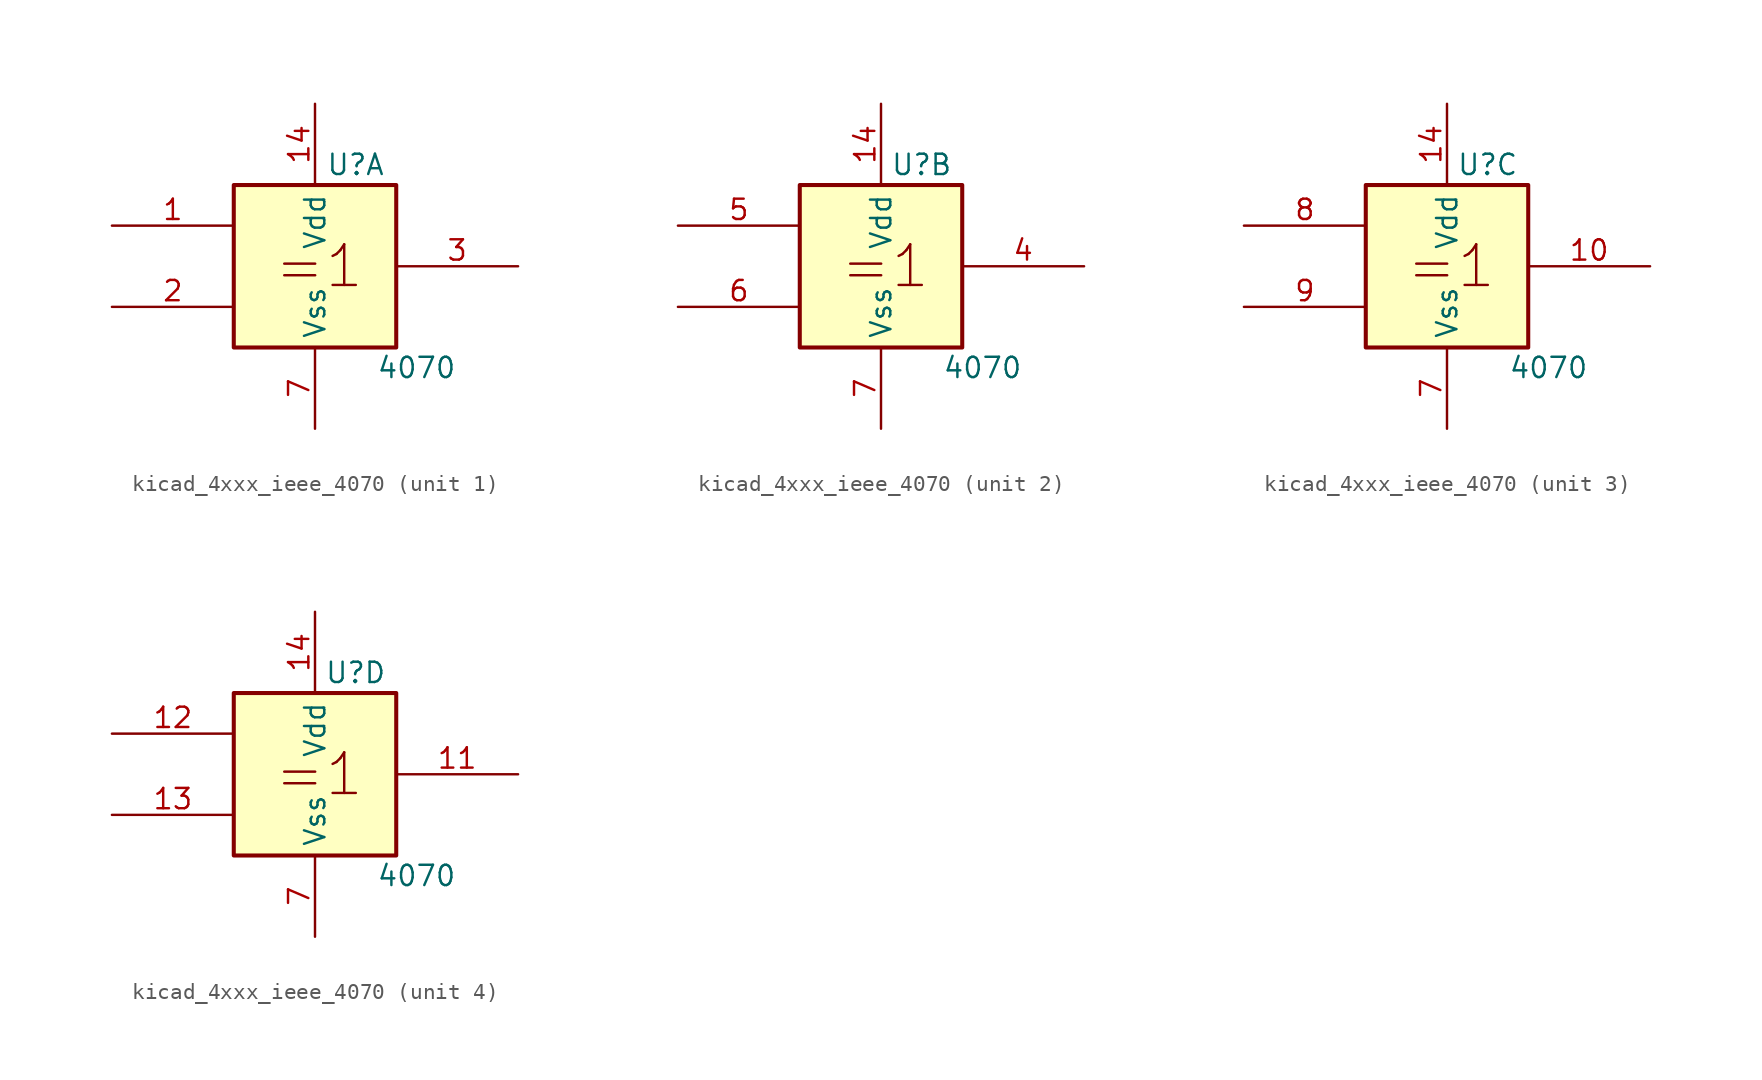
<source format=kicad_sym>
(kicad_symbol_lib
  (version 20220914)
  (generator kicad_symbol_editor)
  (symbol "kicad_4xxx_ieee_4070"
    (property "Reference" "U"
      (at 2.54 6.35 0)
      (effects (font (size 1.27 1.27))))
    (property "Value" "4070"
      (at 6.35 -6.35 0)
      (effects (font (size 1.27 1.27))))
    (symbol "kicad_4xxx_ieee_4070_0_0"
      (rectangle (start -5.08 5.08) (end 5.08 -5.08) (stroke (width 0.254) (type default)) (fill (type background)))
      (text "=1" (at 0.254 0 0) (effects (font (size 2.54 2.54))))
      (pin power_in line (at 0 10.16 270) (length 5.08) (name "Vdd" (effects (font (size 1.27 1.27)))) (number "14" (effects (font (size 1.27 1.27)))))
      (pin power_in line (at 0 -10.16 90) (length 5.08) (name "Vss" (effects (font (size 1.27 1.27)))) (number "7" (effects (font (size 1.27 1.27))))))
    (symbol "kicad_4xxx_ieee_4070_1_1"
      (pin input line (at -12.7 2.54 0) (length 7.62) (name "~" (effects (font (size 1.27 1.27)))) (number "1" (effects (font (size 1.27 1.27)))))
      (pin input line (at -12.7 -2.54 0) (length 7.62) (name "~" (effects (font (size 1.27 1.27)))) (number "2" (effects (font (size 1.27 1.27)))))
      (pin output line (at 12.7 0 180) (length 7.62) (name "~" (effects (font (size 1.27 1.27)))) (number "3" (effects (font (size 1.27 1.27))))))
    (symbol "kicad_4xxx_ieee_4070_2_1"
      (pin output line (at 12.7 0 180) (length 7.62) (name "~" (effects (font (size 1.27 1.27)))) (number "4" (effects (font (size 1.27 1.27)))))
      (pin input line (at -12.7 2.54 0) (length 7.62) (name "~" (effects (font (size 1.27 1.27)))) (number "5" (effects (font (size 1.27 1.27)))))
      (pin input line (at -12.7 -2.54 0) (length 7.62) (name "~" (effects (font (size 1.27 1.27)))) (number "6" (effects (font (size 1.27 1.27))))))
    (symbol "kicad_4xxx_ieee_4070_3_1"
      (pin output line (at 12.7 0 180) (length 7.62) (name "~" (effects (font (size 1.27 1.27)))) (number "10" (effects (font (size 1.27 1.27)))))
      (pin input line (at -12.7 2.54 0) (length 7.62) (name "~" (effects (font (size 1.27 1.27)))) (number "8" (effects (font (size 1.27 1.27)))))
      (pin input line (at -12.7 -2.54 0) (length 7.62) (name "~" (effects (font (size 1.27 1.27)))) (number "9" (effects (font (size 1.27 1.27))))))
    (symbol "kicad_4xxx_ieee_4070_4_1"
      (pin output line (at 12.7 0 180) (length 7.62) (name "~" (effects (font (size 1.27 1.27)))) (number "11" (effects (font (size 1.27 1.27)))))
      (pin input line (at -12.7 2.54 0) (length 7.62) (name "~" (effects (font (size 1.27 1.27)))) (number "12" (effects (font (size 1.27 1.27)))))
      (pin input line (at -12.7 -2.54 0) (length 7.62) (name "~" (effects (font (size 1.27 1.27)))) (number "13" (effects (font (size 1.27 1.27))))))))
</source>
